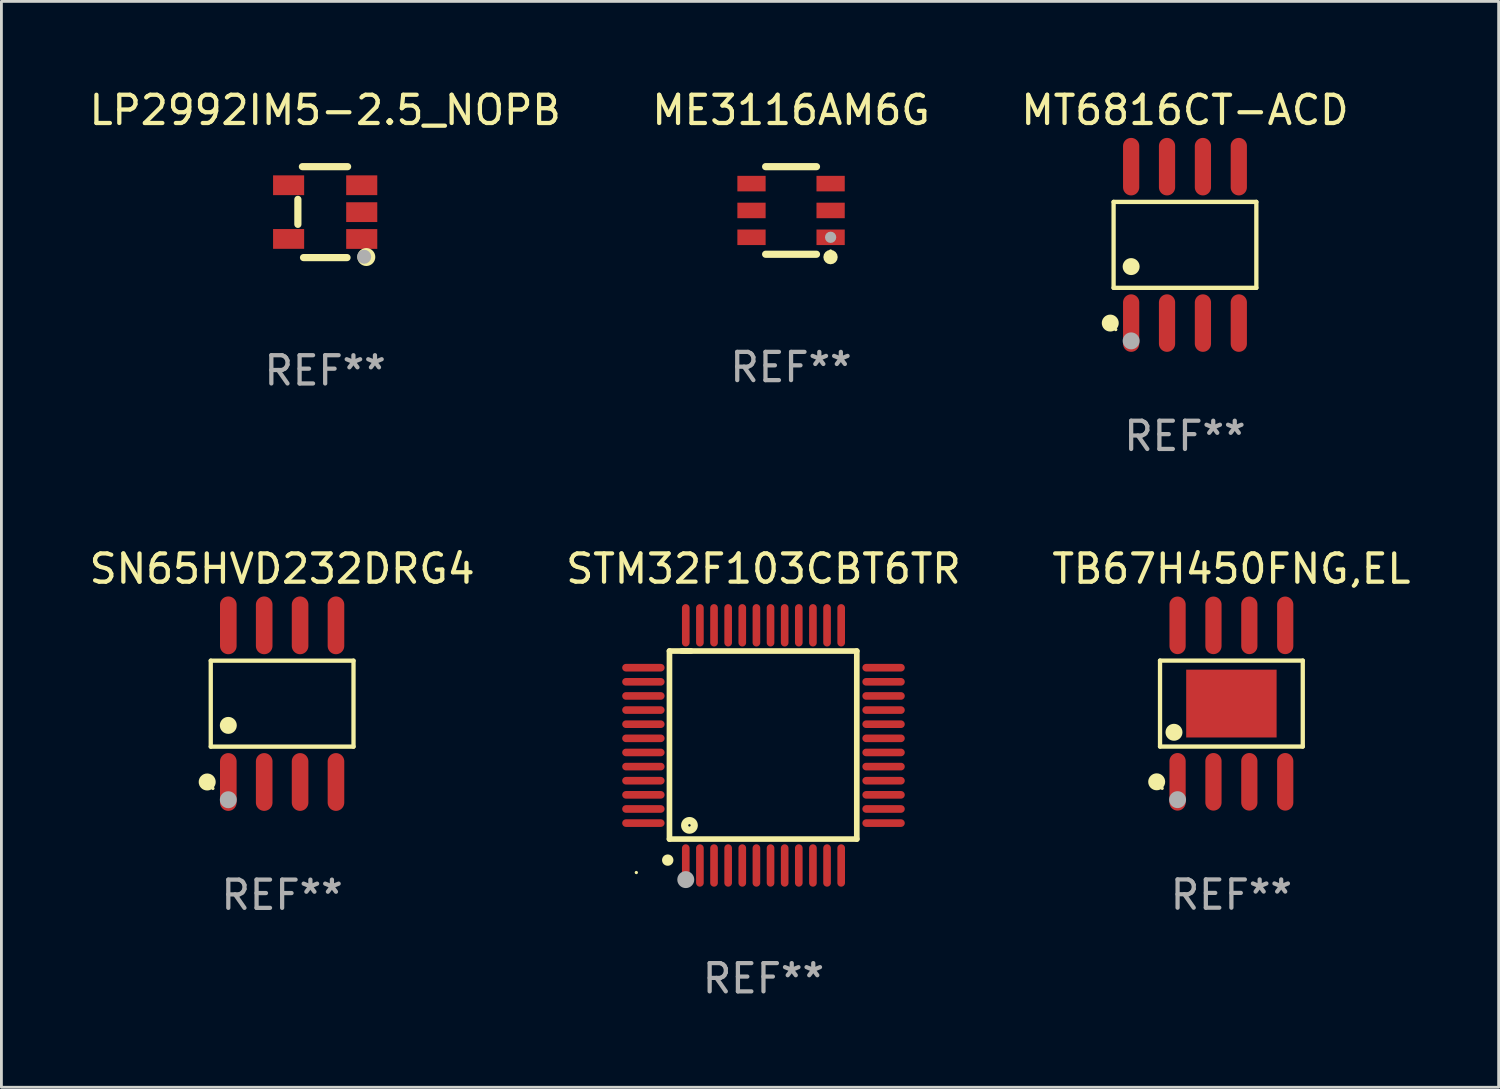
<source format=kicad_pcb>
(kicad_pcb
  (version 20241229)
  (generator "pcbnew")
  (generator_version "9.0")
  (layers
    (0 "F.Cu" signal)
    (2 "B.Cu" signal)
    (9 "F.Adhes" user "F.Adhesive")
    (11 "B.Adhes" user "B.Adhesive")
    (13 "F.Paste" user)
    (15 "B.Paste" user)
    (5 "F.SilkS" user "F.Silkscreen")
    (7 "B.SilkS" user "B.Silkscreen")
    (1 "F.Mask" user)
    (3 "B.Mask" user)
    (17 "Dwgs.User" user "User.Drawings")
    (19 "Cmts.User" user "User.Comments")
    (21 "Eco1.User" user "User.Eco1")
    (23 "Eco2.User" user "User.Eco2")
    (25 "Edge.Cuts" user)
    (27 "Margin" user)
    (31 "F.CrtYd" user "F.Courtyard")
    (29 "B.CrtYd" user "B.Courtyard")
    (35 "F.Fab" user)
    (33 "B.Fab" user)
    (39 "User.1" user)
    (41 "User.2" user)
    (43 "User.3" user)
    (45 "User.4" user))
  (footprint "LP2992IM5-2.5_NOPB"
    (layer "F.Cu")
    (at 8.458 4.457)
    (property "Reference" "LP2992IM5-2.5_NOPB" (at 0 -3.609 0) (layer "F.SilkS") (effects (font (size 1 1) (thickness 0.15))))
    (attr through_hole)
    (fp_line (start -0.966 0.433) (end -0.966 -0.451) (stroke (width 0.254) (type solid)) (layer "F.SilkS"))
    (fp_line (start -0.806 -1.609) (end 0.794 -1.609) (stroke (width 0.254) (type solid)) (layer "F.SilkS"))
    (fp_line (start -0.766 1.609) (end 0.774 1.609) (stroke (width 0.254) (type solid)) (layer "F.SilkS"))
    (fp_circle (center 1.4 1.45) (end 1.43 1.45) (stroke (width 0.06) (type solid)) (fill no) (layer "F.SilkS"))
    (fp_circle (center 1.456 1.589) (end 1.52 1.589) (stroke (width 0.254) (type solid)) (fill no) (layer "F.SilkS"))
    (fp_circle (center 1.38 1.58) (end 1.505 1.58) (stroke (width 0.25) (type solid)) (fill no) (layer "F.Fab"))
    (fp_text user "REF**" (at 0 5.609 0) (layer "F.Fab") (effects (font (size 1 1) (thickness 0.15))))
    (pad "1" smd rect (at 1.294 0.951) (size 1.1 0.7) (layers "F.Cu" "F.Mask" "F.Paste"))
    (pad "2" smd rect (at 1.294 0.001) (size 1.1 0.7) (layers "F.Cu" "F.Mask" "F.Paste"))
    (pad "3" smd rect (at 1.294 -0.951) (size 1.1 0.7) (layers "F.Cu" "F.Mask" "F.Paste"))
    (pad "4" smd rect (at -1.294 -0.951 180) (size 1.1 0.7) (layers "F.Cu" "F.Mask" "F.Paste"))
    (pad "5" smd rect (at -1.294 0.949 180) (size 1.1 0.7) (layers "F.Cu" "F.Mask" "F.Paste")))
  (footprint "ME3116AM6G"
    (layer "F.Cu")
    (at 24.946 4.398)
    (property "Reference" "ME3116AM6G" (at 0 -3.55 0) (layer "F.SilkS") (effects (font (size 1 1) (thickness 0.15))))
    (attr through_hole)
    (fp_line (start -0.9 -1.55) (end 0.9 -1.55) (stroke (width 0.254) (type solid)) (layer "F.SilkS"))
    (fp_line (start -0.9 1.55) (end 0.9 1.55) (stroke (width 0.254) (type solid)) (layer "F.SilkS"))
    (fp_circle (center 1.397 1.651) (end 1.524 1.651) (stroke (width 0.254) (type solid)) (fill no) (layer "F.SilkS"))
    (fp_circle (center 1.4 1.435) (end 1.43 1.435) (stroke (width 0.06) (type solid)) (fill no) (layer "F.SilkS"))
    (fp_circle (center 1.4 0.95) (end 1.5 0.95) (stroke (width 0.2) (type solid)) (fill no) (layer "F.Fab"))
    (fp_text user "REF**" (at 0 5.55 0) (layer "F.Fab") (effects (font (size 1 1) (thickness 0.15))))
    (pad "1" smd rect (at 1.4 0.95) (size 1 0.55) (layers "F.Cu" "F.Mask" "F.Paste"))
    (pad "2" smd rect (at 1.4 -0.000102) (size 1 0.55) (layers "F.Cu" "F.Mask" "F.Paste"))
    (pad "3" smd rect (at 1.4 -0.95) (size 1 0.55) (layers "F.Cu" "F.Mask" "F.Paste"))
    (pad "4" smd rect (at -1.4 -0.95) (size 1 0.55) (layers "F.Cu" "F.Mask" "F.Paste"))
    (pad "5" smd rect (at -1.4 -0.000102) (size 1 0.55) (layers "F.Cu" "F.Mask" "F.Paste"))
    (pad "6" smd rect (at -1.4 0.95) (size 1 0.55) (layers "F.Cu" "F.Mask" "F.Paste")))
  (footprint "SN65HVD232DRG4"
    (layer "F.Cu")
    (at 6.935 21.853)
    (property "Reference" "SN65HVD232DRG4" (at 0 -4.772 0) (layer "F.SilkS") (effects (font (size 1 1) (thickness 0.15))))
    (attr through_hole)
    (fp_line (start -2.526 -1.521) (end 2.526 -1.521) (stroke (width 0.152) (type solid)) (layer "F.SilkS"))
    (fp_line (start -2.526 1.521) (end -2.526 -1.521) (stroke (width 0.152) (type solid)) (layer "F.SilkS"))
    (fp_line (start 2.526 -1.521) (end 2.526 1.521) (stroke (width 0.152) (type solid)) (layer "F.SilkS"))
    (fp_line (start 2.526 1.521) (end -2.526 1.521) (stroke (width 0.152) (type solid)) (layer "F.SilkS"))
    (fp_circle (center -2.652 2.772) (end -2.501 2.772) (stroke (width 0.3) (type solid)) (fill no) (layer "F.SilkS"))
    (fp_circle (center -2.45 3) (end -2.42 3) (stroke (width 0.06) (type solid)) (fill no) (layer "F.SilkS"))
    (fp_circle (center -1.905 0.769) (end -1.755 0.769) (stroke (width 0.3) (type solid)) (fill no) (layer "F.SilkS"))
    (fp_circle (center -1.905 3.4) (end -1.755 3.4) (stroke (width 0.3) (type solid)) (fill no) (layer "F.Fab"))
    (fp_text user "REF**" (at 0 6.772 0) (layer "F.Fab") (effects (font (size 1 1) (thickness 0.15))))
    (pad "1" smd oval (at -1.905 2.772) (size 0.588 2.045) (layers "F.Cu" "F.Mask" "F.Paste"))
    (pad "2" smd oval (at -0.635 2.772) (size 0.588 2.045) (layers "F.Cu" "F.Mask" "F.Paste"))
    (pad "3" smd oval (at 0.635 2.772) (size 0.588 2.045) (layers "F.Cu" "F.Mask" "F.Paste"))
    (pad "4" smd oval (at 1.905 2.772) (size 0.588 2.045) (layers "F.Cu" "F.Mask" "F.Paste"))
    (pad "5" smd oval (at 1.905 -2.772) (size 0.588 2.045) (layers "F.Cu" "F.Mask" "F.Paste"))
    (pad "6" smd oval (at 0.635 -2.772) (size 0.588 2.045) (layers "F.Cu" "F.Mask" "F.Paste"))
    (pad "7" smd oval (at -0.635 -2.772) (size 0.588 2.045) (layers "F.Cu" "F.Mask" "F.Paste"))
    (pad "8" smd oval (at -1.905 -2.772) (size 0.588 2.045) (layers "F.Cu" "F.Mask" "F.Paste")))
  (footprint "TB67H450FNG,EL"
    (layer "F.Cu")
    (at 40.53 21.85)
    (property "Reference" "TB67H450FNG,EL" (at 0 -4.769 0) (layer "F.SilkS") (effects (font (size 1 1) (thickness 0.15))))
    (attr through_hole)
    (fp_line (start -2.526 -1.521) (end 2.526 -1.521) (stroke (width 0.152) (type solid)) (layer "F.SilkS"))
    (fp_line (start -2.526 1.521) (end -2.526 -1.521) (stroke (width 0.152) (type solid)) (layer "F.SilkS"))
    (fp_line (start 2.526 -1.521) (end 2.526 1.521) (stroke (width 0.152) (type solid)) (layer "F.SilkS"))
    (fp_line (start 2.526 1.521) (end -2.526 1.521) (stroke (width 0.152) (type solid)) (layer "F.SilkS"))
    (fp_circle (center -2.644 2.769) (end -2.494 2.769) (stroke (width 0.3) (type solid)) (fill no) (layer "F.SilkS"))
    (fp_circle (center -2.45 3) (end -2.42 3) (stroke (width 0.06) (type solid)) (fill no) (layer "F.SilkS"))
    (fp_circle (center -2.032 1.016) (end -1.882 1.016) (stroke (width 0.3) (type solid)) (fill no) (layer "F.SilkS"))
    (fp_circle (center -1.905 3.4) (end -1.755 3.4) (stroke (width 0.3) (type solid)) (fill no) (layer "F.Fab"))
    (fp_text user "REF**" (at 0 6.769 0) (layer "F.Fab") (effects (font (size 1 1) (thickness 0.15))))
    (pad "1" smd oval (at -1.905 2.769) (size 0.574 2.038) (layers "F.Cu" "F.Mask" "F.Paste"))
    (pad "2" smd oval (at -0.635 2.769) (size 0.574 2.038) (layers "F.Cu" "F.Mask" "F.Paste"))
    (pad "3" smd oval (at 0.635 2.769) (size 0.574 2.038) (layers "F.Cu" "F.Mask" "F.Paste"))
    (pad "4" smd oval (at 1.905 2.769) (size 0.574 2.038) (layers "F.Cu" "F.Mask" "F.Paste"))
    (pad "5" smd oval (at 1.905 -2.769) (size 0.574 2.038) (layers "F.Cu" "F.Mask" "F.Paste"))
    (pad "6" smd oval (at 0.635 -2.769) (size 0.574 2.038) (layers "F.Cu" "F.Mask" "F.Paste"))
    (pad "7" smd oval (at -0.635 -2.769) (size 0.574 2.038) (layers "F.Cu" "F.Mask" "F.Paste"))
    (pad "8" smd oval (at -1.905 -2.769) (size 0.574 2.038) (layers "F.Cu" "F.Mask" "F.Paste"))
    (pad "9" smd rect (at 0 0) (size 3.2 2.4) (layers "F.Cu" "F.Mask" "F.Paste")))
  (footprint "STM32F103CBT6TR"
    (layer "F.Cu")
    (at 23.97 23.33)
    (property "Reference" "STM32F103CBT6TR" (at 0 -6.25 0) (layer "F.SilkS") (effects (font (size 1 1) (thickness 0.15))))
    (attr through_hole)
    (fp_line (start -3.327 -3.34) (end -2.565 -3.34) (stroke (width 0.2) (type solid)) (layer "F.SilkS"))
    (fp_line (start -3.327 3.315) (end -3.327 -3.34) (stroke (width 0.2) (type solid)) (layer "F.SilkS"))
    (fp_line (start -2.896 -3.34) (end 3.302 -3.34) (stroke (width 0.2) (type solid)) (layer "F.SilkS"))
    (fp_line (start 3.302 -3.34) (end 3.302 3.315) (stroke (width 0.2) (type solid)) (layer "F.SilkS"))
    (fp_line (start 3.302 3.315) (end -3.327 3.315) (stroke (width 0.2) (type solid)) (layer "F.SilkS"))
    (fp_arc (start -3.389992 4.059995) (mid -3.388722 4.059991) (end -3.387452 4.059995) (stroke (width 0.4) (type solid)) (layer "F.SilkS"))
    (fp_circle (center -4.5 4.5) (end -4.47 4.5) (stroke (width 0.06) (type solid)) (fill no) (layer "F.SilkS"))
    (fp_circle (center -2.62 2.83) (end -2.45 2.83) (stroke (width 0.254) (type solid)) (fill no) (layer "F.SilkS"))
    (fp_circle (center -2.75 4.75) (end -2.6 4.75) (stroke (width 0.3) (type solid)) (fill no) (layer "F.Fab"))
    (fp_text user "REF**" (at 0 8.25 0) (layer "F.Fab") (effects (font (size 1 1) (thickness 0.15))))
    (pad "1" smd oval (at -2.75 4.25) (size 0.27 1.5) (layers "F.Cu" "F.Mask" "F.Paste"))
    (pad "2" smd oval (at -2.25 4.25) (size 0.27 1.5) (layers "F.Cu" "F.Mask" "F.Paste"))
    (pad "3" smd oval (at -1.75 4.25) (size 0.27 1.5) (layers "F.Cu" "F.Mask" "F.Paste"))
    (pad "4" smd oval (at -1.25 4.25) (size 0.27 1.5) (layers "F.Cu" "F.Mask" "F.Paste"))
    (pad "5" smd oval (at -0.75 4.25) (size 0.27 1.5) (layers "F.Cu" "F.Mask" "F.Paste"))
    (pad "6" smd oval (at -0.25 4.25) (size 0.27 1.5) (layers "F.Cu" "F.Mask" "F.Paste"))
    (pad "7" smd oval (at 0.25 4.25) (size 0.27 1.5) (layers "F.Cu" "F.Mask" "F.Paste"))
    (pad "8" smd oval (at 0.75 4.25) (size 0.27 1.5) (layers "F.Cu" "F.Mask" "F.Paste"))
    (pad "9" smd oval (at 1.25 4.25) (size 0.27 1.5) (layers "F.Cu" "F.Mask" "F.Paste"))
    (pad "10" smd oval (at 1.75 4.25) (size 0.27 1.5) (layers "F.Cu" "F.Mask" "F.Paste"))
    (pad "11" smd oval (at 2.25 4.25) (size 0.27 1.5) (layers "F.Cu" "F.Mask" "F.Paste"))
    (pad "12" smd oval (at 2.75 4.25) (size 0.27 1.5) (layers "F.Cu" "F.Mask" "F.Paste"))
    (pad "13" smd oval (at 4.25 2.75) (size 1.5 0.27) (layers "F.Cu" "F.Mask" "F.Paste"))
    (pad "14" smd oval (at 4.25 2.25) (size 1.5 0.27) (layers "F.Cu" "F.Mask" "F.Paste"))
    (pad "15" smd oval (at 4.25 1.75) (size 1.5 0.27) (layers "F.Cu" "F.Mask" "F.Paste"))
    (pad "16" smd oval (at 4.25 1.25) (size 1.5 0.27) (layers "F.Cu" "F.Mask" "F.Paste"))
    (pad "17" smd oval (at 4.25 0.75) (size 1.5 0.27) (layers "F.Cu" "F.Mask" "F.Paste"))
    (pad "18" smd oval (at 4.25 0.25) (size 1.5 0.27) (layers "F.Cu" "F.Mask" "F.Paste"))
    (pad "19" smd oval (at 4.25 -0.25) (size 1.5 0.27) (layers "F.Cu" "F.Mask" "F.Paste"))
    (pad "20" smd oval (at 4.25 -0.75) (size 1.5 0.27) (layers "F.Cu" "F.Mask" "F.Paste"))
    (pad "21" smd oval (at 4.25 -1.25) (size 1.5 0.27) (layers "F.Cu" "F.Mask" "F.Paste"))
    (pad "22" smd oval (at 4.25 -1.75) (size 1.5 0.27) (layers "F.Cu" "F.Mask" "F.Paste"))
    (pad "23" smd oval (at 4.25 -2.25) (size 1.5 0.27) (layers "F.Cu" "F.Mask" "F.Paste"))
    (pad "24" smd oval (at 4.25 -2.75) (size 1.5 0.27) (layers "F.Cu" "F.Mask" "F.Paste"))
    (pad "25" smd oval (at 2.75 -4.25) (size 0.27 1.5) (layers "F.Cu" "F.Mask" "F.Paste"))
    (pad "26" smd oval (at 2.25 -4.25) (size 0.27 1.5) (layers "F.Cu" "F.Mask" "F.Paste"))
    (pad "27" smd oval (at 1.75 -4.25) (size 0.27 1.5) (layers "F.Cu" "F.Mask" "F.Paste"))
    (pad "28" smd oval (at 1.25 -4.25) (size 0.27 1.5) (layers "F.Cu" "F.Mask" "F.Paste"))
    (pad "29" smd oval (at 0.75 -4.25) (size 0.27 1.5) (layers "F.Cu" "F.Mask" "F.Paste"))
    (pad "30" smd oval (at 0.25 -4.25) (size 0.27 1.5) (layers "F.Cu" "F.Mask" "F.Paste"))
    (pad "31" smd oval (at -0.25 -4.25) (size 0.27 1.5) (layers "F.Cu" "F.Mask" "F.Paste"))
    (pad "32" smd oval (at -0.75 -4.25) (size 0.27 1.5) (layers "F.Cu" "F.Mask" "F.Paste"))
    (pad "33" smd oval (at -1.25 -4.25) (size 0.27 1.5) (layers "F.Cu" "F.Mask" "F.Paste"))
    (pad "34" smd oval (at -1.75 -4.25) (size 0.27 1.5) (layers "F.Cu" "F.Mask" "F.Paste"))
    (pad "35" smd oval (at -2.25 -4.25) (size 0.27 1.5) (layers "F.Cu" "F.Mask" "F.Paste"))
    (pad "36" smd oval (at -2.75 -4.25) (size 0.27 1.5) (layers "F.Cu" "F.Mask" "F.Paste"))
    (pad "37" smd oval (at -4.25 -2.75) (size 1.5 0.27) (layers "F.Cu" "F.Mask" "F.Paste"))
    (pad "38" smd oval (at -4.25 -2.25) (size 1.5 0.27) (layers "F.Cu" "F.Mask" "F.Paste"))
    (pad "39" smd oval (at -4.25 -1.75) (size 1.5 0.27) (layers "F.Cu" "F.Mask" "F.Paste"))
    (pad "40" smd oval (at -4.25 -1.25) (size 1.5 0.27) (layers "F.Cu" "F.Mask" "F.Paste"))
    (pad "41" smd oval (at -4.25 -0.75) (size 1.5 0.27) (layers "F.Cu" "F.Mask" "F.Paste"))
    (pad "42" smd oval (at -4.25 -0.25) (size 1.5 0.27) (layers "F.Cu" "F.Mask" "F.Paste"))
    (pad "43" smd oval (at -4.25 0.25) (size 1.5 0.27) (layers "F.Cu" "F.Mask" "F.Paste"))
    (pad "44" smd oval (at -4.25 0.75) (size 1.5 0.27) (layers "F.Cu" "F.Mask" "F.Paste"))
    (pad "45" smd oval (at -4.25 1.25) (size 1.5 0.27) (layers "F.Cu" "F.Mask" "F.Paste"))
    (pad "46" smd oval (at -4.25 1.75) (size 1.5 0.27) (layers "F.Cu" "F.Mask" "F.Paste"))
    (pad "47" smd oval (at -4.25 2.25) (size 1.5 0.27) (layers "F.Cu" "F.Mask" "F.Paste"))
    (pad "48" smd oval (at -4.25 2.75) (size 1.5 0.27) (layers "F.Cu" "F.Mask" "F.Paste")))
  (footprint "MT6816CT-ACD"
    (layer "F.Cu")
    (at 38.887 5.616)
    (property "Reference" "MT6816CT-ACD" (at 0 -4.768 0) (layer "F.SilkS") (effects (font (size 1 1) (thickness 0.15))))
    (attr through_hole)
    (fp_line (start -2.526 -1.521) (end 2.526 -1.521) (stroke (width 0.152) (type solid)) (layer "F.SilkS"))
    (fp_line (start -2.526 1.521) (end -2.526 -1.521) (stroke (width 0.152) (type solid)) (layer "F.SilkS"))
    (fp_line (start 2.526 -1.521) (end 2.526 1.521) (stroke (width 0.152) (type solid)) (layer "F.SilkS"))
    (fp_line (start 2.526 1.521) (end -2.526 1.521) (stroke (width 0.152) (type solid)) (layer "F.SilkS"))
    (fp_circle (center -2.644 2.768) (end -2.494 2.768) (stroke (width 0.3) (type solid)) (fill no) (layer "F.SilkS"))
    (fp_circle (center -2.45 2.998) (end -2.42 2.998) (stroke (width 0.06) (type solid)) (fill no) (layer "F.SilkS"))
    (fp_circle (center -1.905 0.769) (end -1.755 0.769) (stroke (width 0.3) (type solid)) (fill no) (layer "F.SilkS"))
    (fp_circle (center -1.905 3.398) (end -1.755 3.398) (stroke (width 0.3) (type solid)) (fill no) (layer "F.Fab"))
    (fp_text user "REF**" (at 0 6.768 0) (layer "F.Fab") (effects (font (size 1 1) (thickness 0.15))))
    (pad "1" smd oval (at -1.905 2.768) (size 0.574 2.036) (layers "F.Cu" "F.Mask" "F.Paste"))
    (pad "2" smd oval (at -0.635 2.768) (size 0.574 2.036) (layers "F.Cu" "F.Mask" "F.Paste"))
    (pad "3" smd oval (at 0.635 2.768) (size 0.574 2.036) (layers "F.Cu" "F.Mask" "F.Paste"))
    (pad "4" smd oval (at 1.905 2.768) (size 0.574 2.036) (layers "F.Cu" "F.Mask" "F.Paste"))
    (pad "5" smd oval (at 1.905 -2.768) (size 0.574 2.036) (layers "F.Cu" "F.Mask" "F.Paste"))
    (pad "6" smd oval (at 0.635 -2.768) (size 0.574 2.036) (layers "F.Cu" "F.Mask" "F.Paste"))
    (pad "7" smd oval (at -0.635 -2.768) (size 0.574 2.036) (layers "F.Cu" "F.Mask" "F.Paste"))
    (pad "8" smd oval (at -1.905 -2.768) (size 0.574 2.036) (layers "F.Cu" "F.Mask" "F.Paste")))
  (gr_rect
    (start -3 -3)
    (end 49.988 35.429)
    (stroke (width 0.1) (type default))
    (fill no)
    (layer "Edge.Cuts")))
</source>
